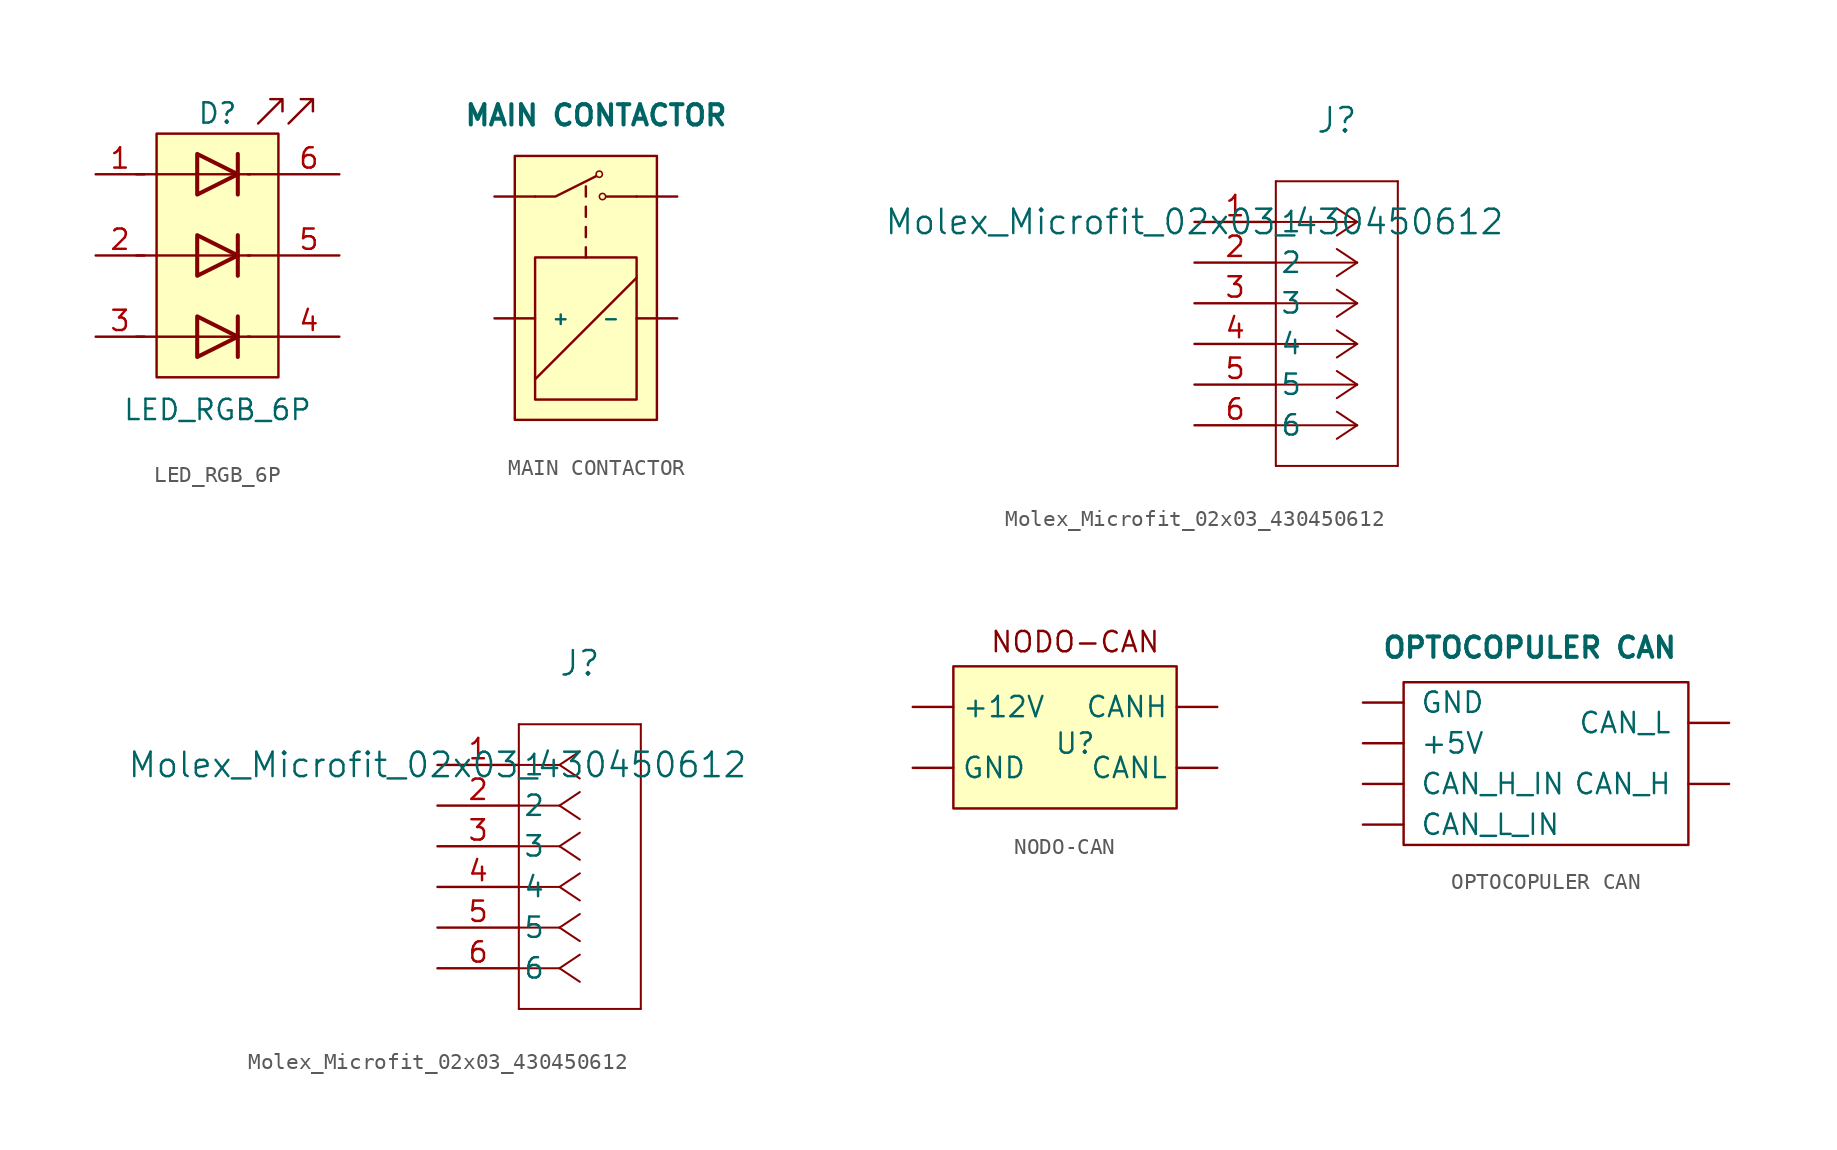
<source format=kicad_sym>
(kicad_symbol_lib
  (version 20231120)
  (generator "kicad_symbol_editor")
  (generator_version "8.0")
  (symbol "LED_RGB_6P"
    (pin_names
      (offset 0) hide)
    (property "Reference" "D"
      (at 0 8.89 0)
      (effects (font (size 1.27 1.27))))
    (property "Value" "LED_RGB_6P"
      (at 0 -9.652 0)
      (effects (font (size 1.27 1.27))))
    (symbol "LED_RGB_6P_0_1"
      (polyline (pts (xy -5.08 -5.08) (xy 2.032 -5.08)) (stroke (width 0) (type default)) (fill (type none)))
      (polyline (pts (xy -5.08 0) (xy 2.032 0)) (stroke (width 0) (type default)) (fill (type none)))
      (polyline (pts (xy -5.08 5.08) (xy 2.032 5.08)) (stroke (width 0) (type default)) (fill (type none)))
      (polyline (pts (xy 1.27 -3.81) (xy 1.27 -6.35)) (stroke (width 0.254) (type default)) (fill (type none)))
      (polyline (pts (xy 1.27 1.27) (xy 1.27 -1.27)) (stroke (width 0.254) (type default)) (fill (type none)))
      (polyline (pts (xy 1.27 6.35) (xy 1.27 3.81)) (stroke (width 0.254) (type default)) (fill (type none)))
      (polyline (pts (xy 3.81 -5.08) (xy 1.905 -5.08)) (stroke (width 0) (type default)) (fill (type none)))
      (polyline (pts (xy 3.81 0) (xy 1.905 0)) (stroke (width 0) (type default)) (fill (type none)))
      (polyline (pts (xy 3.81 5.08) (xy 1.905 5.08)) (stroke (width 0) (type default)) (fill (type none)))
      (polyline (pts (xy -1.27 -3.81) (xy -1.27 -6.35) (xy 1.27 -5.08) (xy -1.27 -3.81)) (stroke (width 0.254) (type default)) (fill (type none)))
      (polyline (pts (xy -1.27 1.27) (xy -1.27 -1.27) (xy 1.27 0) (xy -1.27 1.27)) (stroke (width 0.254) (type default)) (fill (type none)))
      (polyline (pts (xy -1.27 6.35) (xy -1.27 3.81) (xy 1.27 5.08) (xy -1.27 6.35)) (stroke (width 0.254) (type default)) (fill (type none)))
      (polyline (pts (xy 2.54 8.255) (xy 4.064 9.779) (xy 3.302 9.779) (xy 4.064 9.779) (xy 4.064 9.017)) (stroke (width 0) (type default)) (fill (type none)))
      (polyline (pts (xy 4.445 8.255) (xy 5.969 9.779) (xy 5.207 9.779) (xy 5.969 9.779) (xy 5.969 9.017)) (stroke (width 0) (type default)) (fill (type none))))
    (symbol "LED_RGB_6P_1_1"
      (rectangle (start -3.81 7.62) (end 3.81 -7.62) (stroke (width 0) (type default)) (fill (type background)))
      (pin input line (at -7.62 5.08 0) (length 3.048) (name "R+" (effects (font (size 1.27 1.27)))) (number "1" (effects (font (size 1.27 1.27)))))
      (pin input line (at -7.62 0 0) (length 3.048) (name "G+" (effects (font (size 1.27 1.27)))) (number "2" (effects (font (size 1.27 1.27)))))
      (pin input line (at -7.62 -5.08 0) (length 3.048) (name "B+" (effects (font (size 1.27 1.27)))) (number "3" (effects (font (size 1.27 1.27)))))
      (pin input line (at 7.62 -5.08 180) (length 3.81) (name "B-" (effects (font (size 1.27 1.27)))) (number "4" (effects (font (size 1.27 1.27)))))
      (pin input line (at 7.62 0 180) (length 3.81) (name "G-" (effects (font (size 1.27 1.27)))) (number "5" (effects (font (size 1.27 1.27)))))
      (pin input line (at 7.62 5.08 180) (length 3.81) (name "R-" (effects (font (size 1.27 1.27)))) (number "6" (effects (font (size 1.27 1.27)))))))
  (symbol "MAIN CONTACTOR"
    (pin_names
      (offset 1.016))
    (property "Reference" "U"
      (at 0 -7.62 0)
      (effects (font (size 1.27 1.27)) (hide yes)))
    (property "Value" "MAIN CONTACTOR"
      (at 0 8.89 0)
      (effects (font (size 1.27 1.27) (bold yes))))
    (symbol "MAIN CONTACTOR_0_1"
      (rectangle (start -5.08 6.35) (end 3.81 -10.16) (stroke (width 0) (type default)) (fill (type background)))
      (rectangle (start -3.81 0) (end 2.54 -8.89) (stroke (width 0) (type default)) (fill (type none)))
      (polyline (pts (xy -3.81 -7.62) (xy 2.54 -1.27)) (stroke (width 0) (type default)) (fill (type none)))
      (polyline (pts (xy -0.635 0) (xy -0.635 0.635)) (stroke (width 0) (type default)) (fill (type none)))
      (polyline (pts (xy -0.635 1.27) (xy -0.635 1.905)) (stroke (width 0) (type default)) (fill (type none)))
      (polyline (pts (xy -0.635 2.54) (xy -0.635 3.175)) (stroke (width 0) (type default)) (fill (type none)))
      (polyline (pts (xy -0.635 3.81) (xy -0.635 4.445)) (stroke (width 0) (type default)) (fill (type none)))
      (polyline (pts (xy 0.635 3.81) (xy 2.54 3.81)) (stroke (width 0) (type default)) (fill (type none)))
      (polyline (pts (xy -3.81 3.81) (xy -2.54 3.81) (xy 0 5.08)) (stroke (width 0) (type default)) (fill (type none)))
      (circle (center 0.203 5.207) (radius 0.198) (stroke (width 0.1) (type default)) (fill (type none)))
      (circle (center 0.406 3.81) (radius 0.198) (stroke (width 0.1) (type default)) (fill (type none))))
    (symbol "MAIN CONTACTOR_1_1"
      (pin input line (at -6.35 3.81 0) (length 2.54) (name "" (effects (font (size 0.787 0.787)))) (number "" (effects (font (size 0.787 0.787)))))
      (pin input line (at 5.08 3.81 180) (length 2.54) (name "" (effects (font (size 0.787 0.787)))) (number "" (effects (font (size 0.787 0.787)))))
      (pin input line (at -6.35 -3.81 0) (length 2.54) (name "+" (effects (font (size 0.787 0.787)))) (number "" (effects (font (size 0.787 0.787)))))
      (pin input line (at 5.08 -3.81 180) (length 2.54) (name "-" (effects (font (size 0.787 0.787)))) (number "" (effects (font (size 0.787 0.787)))))))
  (symbol "Molex_Microfit_02x03_430450612"
    (pin_names
      (offset 0.254))
    (property "Reference" "J"
      (at 8.89 6.35 0)
      (effects (font (size 1.524 1.524))))
    (property "Value" "Molex_Microfit_02x03_430450612"
      (at 0 0 0)
      (effects (font (size 1.524 1.524))))
    (property "ki_locked" ""
      (at 0 0 0)
      (effects (font (size 1.27 1.27))))
    (symbol "Molex_Microfit_02x03_430450612_1_1"
      (polyline (pts (xy 5.08 -15.24) (xy 12.7 -15.24)) (stroke (width 0.127) (type default)) (fill (type none)))
      (polyline (pts (xy 5.08 2.54) (xy 5.08 -15.24)) (stroke (width 0.127) (type default)) (fill (type none)))
      (polyline (pts (xy 10.16 -12.7) (xy 5.08 -12.7)) (stroke (width 0.127) (type default)) (fill (type none)))
      (polyline (pts (xy 10.16 -12.7) (xy 8.89 -13.547)) (stroke (width 0.127) (type default)) (fill (type none)))
      (polyline (pts (xy 10.16 -12.7) (xy 8.89 -11.853)) (stroke (width 0.127) (type default)) (fill (type none)))
      (polyline (pts (xy 10.16 -10.16) (xy 5.08 -10.16)) (stroke (width 0.127) (type default)) (fill (type none)))
      (polyline (pts (xy 10.16 -10.16) (xy 8.89 -11.007)) (stroke (width 0.127) (type default)) (fill (type none)))
      (polyline (pts (xy 10.16 -10.16) (xy 8.89 -9.313)) (stroke (width 0.127) (type default)) (fill (type none)))
      (polyline (pts (xy 10.16 -7.62) (xy 5.08 -7.62)) (stroke (width 0.127) (type default)) (fill (type none)))
      (polyline (pts (xy 10.16 -7.62) (xy 8.89 -8.467)) (stroke (width 0.127) (type default)) (fill (type none)))
      (polyline (pts (xy 10.16 -7.62) (xy 8.89 -6.773)) (stroke (width 0.127) (type default)) (fill (type none)))
      (polyline (pts (xy 10.16 -5.08) (xy 5.08 -5.08)) (stroke (width 0.127) (type default)) (fill (type none)))
      (polyline (pts (xy 10.16 -5.08) (xy 8.89 -5.927)) (stroke (width 0.127) (type default)) (fill (type none)))
      (polyline (pts (xy 10.16 -5.08) (xy 8.89 -4.233)) (stroke (width 0.127) (type default)) (fill (type none)))
      (polyline (pts (xy 10.16 -2.54) (xy 5.08 -2.54)) (stroke (width 0.127) (type default)) (fill (type none)))
      (polyline (pts (xy 10.16 -2.54) (xy 8.89 -3.387)) (stroke (width 0.127) (type default)) (fill (type none)))
      (polyline (pts (xy 10.16 -2.54) (xy 8.89 -1.693)) (stroke (width 0.127) (type default)) (fill (type none)))
      (polyline (pts (xy 10.16 0) (xy 5.08 0)) (stroke (width 0.127) (type default)) (fill (type none)))
      (polyline (pts (xy 10.16 0) (xy 8.89 -0.847)) (stroke (width 0.127) (type default)) (fill (type none)))
      (polyline (pts (xy 10.16 0) (xy 8.89 0.847)) (stroke (width 0.127) (type default)) (fill (type none)))
      (polyline (pts (xy 12.7 -15.24) (xy 12.7 2.54)) (stroke (width 0.127) (type default)) (fill (type none)))
      (polyline (pts (xy 12.7 2.54) (xy 5.08 2.54)) (stroke (width 0.127) (type default)) (fill (type none)))
      (pin unspecified line (at 0 0 0) (length 5.08) (name "1" (effects (font (size 1.27 1.27)))) (number "1" (effects (font (size 1.27 1.27)))))
      (pin unspecified line (at 0 -2.54 0) (length 5.08) (name "2" (effects (font (size 1.27 1.27)))) (number "2" (effects (font (size 1.27 1.27)))))
      (pin unspecified line (at 0 -5.08 0) (length 5.08) (name "3" (effects (font (size 1.27 1.27)))) (number "3" (effects (font (size 1.27 1.27)))))
      (pin unspecified line (at 0 -7.62 0) (length 5.08) (name "4" (effects (font (size 1.27 1.27)))) (number "4" (effects (font (size 1.27 1.27)))))
      (pin unspecified line (at 0 -10.16 0) (length 5.08) (name "5" (effects (font (size 1.27 1.27)))) (number "5" (effects (font (size 1.27 1.27)))))
      (pin unspecified line (at 0 -12.7 0) (length 5.08) (name "6" (effects (font (size 1.27 1.27)))) (number "6" (effects (font (size 1.27 1.27))))))
    (symbol "Molex_Microfit_02x03_430450612_1_2"
      (polyline (pts (xy 5.08 -15.24) (xy 12.7 -15.24)) (stroke (width 0.127) (type default)) (fill (type none)))
      (polyline (pts (xy 5.08 2.54) (xy 5.08 -15.24)) (stroke (width 0.127) (type default)) (fill (type none)))
      (polyline (pts (xy 7.62 -12.7) (xy 5.08 -12.7)) (stroke (width 0.127) (type default)) (fill (type none)))
      (polyline (pts (xy 7.62 -12.7) (xy 8.89 -13.547)) (stroke (width 0.127) (type default)) (fill (type none)))
      (polyline (pts (xy 7.62 -12.7) (xy 8.89 -11.853)) (stroke (width 0.127) (type default)) (fill (type none)))
      (polyline (pts (xy 7.62 -10.16) (xy 5.08 -10.16)) (stroke (width 0.127) (type default)) (fill (type none)))
      (polyline (pts (xy 7.62 -10.16) (xy 8.89 -11.007)) (stroke (width 0.127) (type default)) (fill (type none)))
      (polyline (pts (xy 7.62 -10.16) (xy 8.89 -9.313)) (stroke (width 0.127) (type default)) (fill (type none)))
      (polyline (pts (xy 7.62 -7.62) (xy 5.08 -7.62)) (stroke (width 0.127) (type default)) (fill (type none)))
      (polyline (pts (xy 7.62 -7.62) (xy 8.89 -8.467)) (stroke (width 0.127) (type default)) (fill (type none)))
      (polyline (pts (xy 7.62 -7.62) (xy 8.89 -6.773)) (stroke (width 0.127) (type default)) (fill (type none)))
      (polyline (pts (xy 7.62 -5.08) (xy 5.08 -5.08)) (stroke (width 0.127) (type default)) (fill (type none)))
      (polyline (pts (xy 7.62 -5.08) (xy 8.89 -5.927)) (stroke (width 0.127) (type default)) (fill (type none)))
      (polyline (pts (xy 7.62 -5.08) (xy 8.89 -4.233)) (stroke (width 0.127) (type default)) (fill (type none)))
      (polyline (pts (xy 7.62 -2.54) (xy 5.08 -2.54)) (stroke (width 0.127) (type default)) (fill (type none)))
      (polyline (pts (xy 7.62 -2.54) (xy 8.89 -3.387)) (stroke (width 0.127) (type default)) (fill (type none)))
      (polyline (pts (xy 7.62 -2.54) (xy 8.89 -1.693)) (stroke (width 0.127) (type default)) (fill (type none)))
      (polyline (pts (xy 7.62 0) (xy 5.08 0)) (stroke (width 0.127) (type default)) (fill (type none)))
      (polyline (pts (xy 7.62 0) (xy 8.89 -0.847)) (stroke (width 0.127) (type default)) (fill (type none)))
      (polyline (pts (xy 7.62 0) (xy 8.89 0.847)) (stroke (width 0.127) (type default)) (fill (type none)))
      (polyline (pts (xy 12.7 -15.24) (xy 12.7 2.54)) (stroke (width 0.127) (type default)) (fill (type none)))
      (polyline (pts (xy 12.7 2.54) (xy 5.08 2.54)) (stroke (width 0.127) (type default)) (fill (type none)))
      (pin unspecified line (at 0 0 0) (length 5.08) (name "1" (effects (font (size 1.27 1.27)))) (number "1" (effects (font (size 1.27 1.27)))))
      (pin unspecified line (at 0 -2.54 0) (length 5.08) (name "2" (effects (font (size 1.27 1.27)))) (number "2" (effects (font (size 1.27 1.27)))))
      (pin unspecified line (at 0 -5.08 0) (length 5.08) (name "3" (effects (font (size 1.27 1.27)))) (number "3" (effects (font (size 1.27 1.27)))))
      (pin unspecified line (at 0 -7.62 0) (length 5.08) (name "4" (effects (font (size 1.27 1.27)))) (number "4" (effects (font (size 1.27 1.27)))))
      (pin unspecified line (at 0 -10.16 0) (length 5.08) (name "5" (effects (font (size 1.27 1.27)))) (number "5" (effects (font (size 1.27 1.27)))))
      (pin unspecified line (at 0 -12.7 0) (length 5.08) (name "6" (effects (font (size 1.27 1.27)))) (number "6" (effects (font (size 1.27 1.27)))))))
  (symbol "NODO-CAN"
    (property "Reference" "U"
      (at 0 4.064 0)
      (effects (font (size 1.27 1.27))))
    (property "Value" ""
      (at 0 0 0)
      (effects (font (size 1.27 1.27))))
    (symbol "NODO-CAN_1_1"
      (rectangle (start -7.62 8.89) (end 6.35 0) (stroke (width 0) (type default)) (fill (type background)))
      (text "NODO-CAN" (at 0 10.414 0) (effects (font (size 1.27 1.27))))
      (pin input line (at -10.16 6.35 0) (length 2.54) (name "+12V" (effects (font (size 1.27 1.27)))) (number "" (effects (font (size 1.27 1.27)))))
      (pin input line (at 8.89 6.35 180) (length 2.54) (name "CANH" (effects (font (size 1.27 1.27)))) (number "" (effects (font (size 1.27 1.27)))))
      (pin input line (at 8.89 2.54 180) (length 2.54) (name "CANL" (effects (font (size 1.27 1.27)))) (number "" (effects (font (size 1.27 1.27)))))
      (pin input line (at -10.16 2.54 0) (length 2.54) (name "GND" (effects (font (size 1.27 1.27)))) (number "" (effects (font (size 1.27 1.27)))))))
  (symbol "OPTOCOPULER CAN"
    (pin_names
      (offset 1.016))
    (property "Reference" "U"
      (at 0 2.54 0)
      (effects (font (size 1.27 1.27)) (hide yes)))
    (property "Value" "OPTOCOPULER CAN"
      (at -1.016 7.239 0)
      (effects (font (size 1.27 1.27) (bold yes))))
    (symbol "OPTOCOPULER CAN_0_1"
      (rectangle (start -8.89 5.08) (end 8.89 -5.08) (stroke (width 0) (type default)) (fill (type none))))
    (symbol "OPTOCOPULER CAN_1_1"
      (pin input line (at -11.43 1.27 0) (length 2.54) (name "+5V" (effects (font (size 1.27 1.27)))) (number "" (effects (font (size 1.27 1.27)))))
      (pin input line (at 11.43 -1.27 180) (length 2.54) (name "CAN_H" (effects (font (size 1.27 1.27)))) (number "" (effects (font (size 1.27 1.27)))))
      (pin input line (at -11.43 -1.27 0) (length 2.54) (name "CAN_H_IN" (effects (font (size 1.27 1.27)))) (number "" (effects (font (size 1.27 1.27)))))
      (pin input line (at 11.43 2.54 180) (length 2.54) (name "CAN_L" (effects (font (size 1.27 1.27)))) (number "" (effects (font (size 1.27 1.27)))))
      (pin input line (at -11.43 -3.81 0) (length 2.54) (name "CAN_L_IN" (effects (font (size 1.27 1.27)))) (number "" (effects (font (size 1.27 1.27)))))
      (pin input line (at -11.43 3.81 0) (length 2.54) (name "GND" (effects (font (size 1.27 1.27)))) (number "" (effects (font (size 1.27 1.27))))))))
</source>
